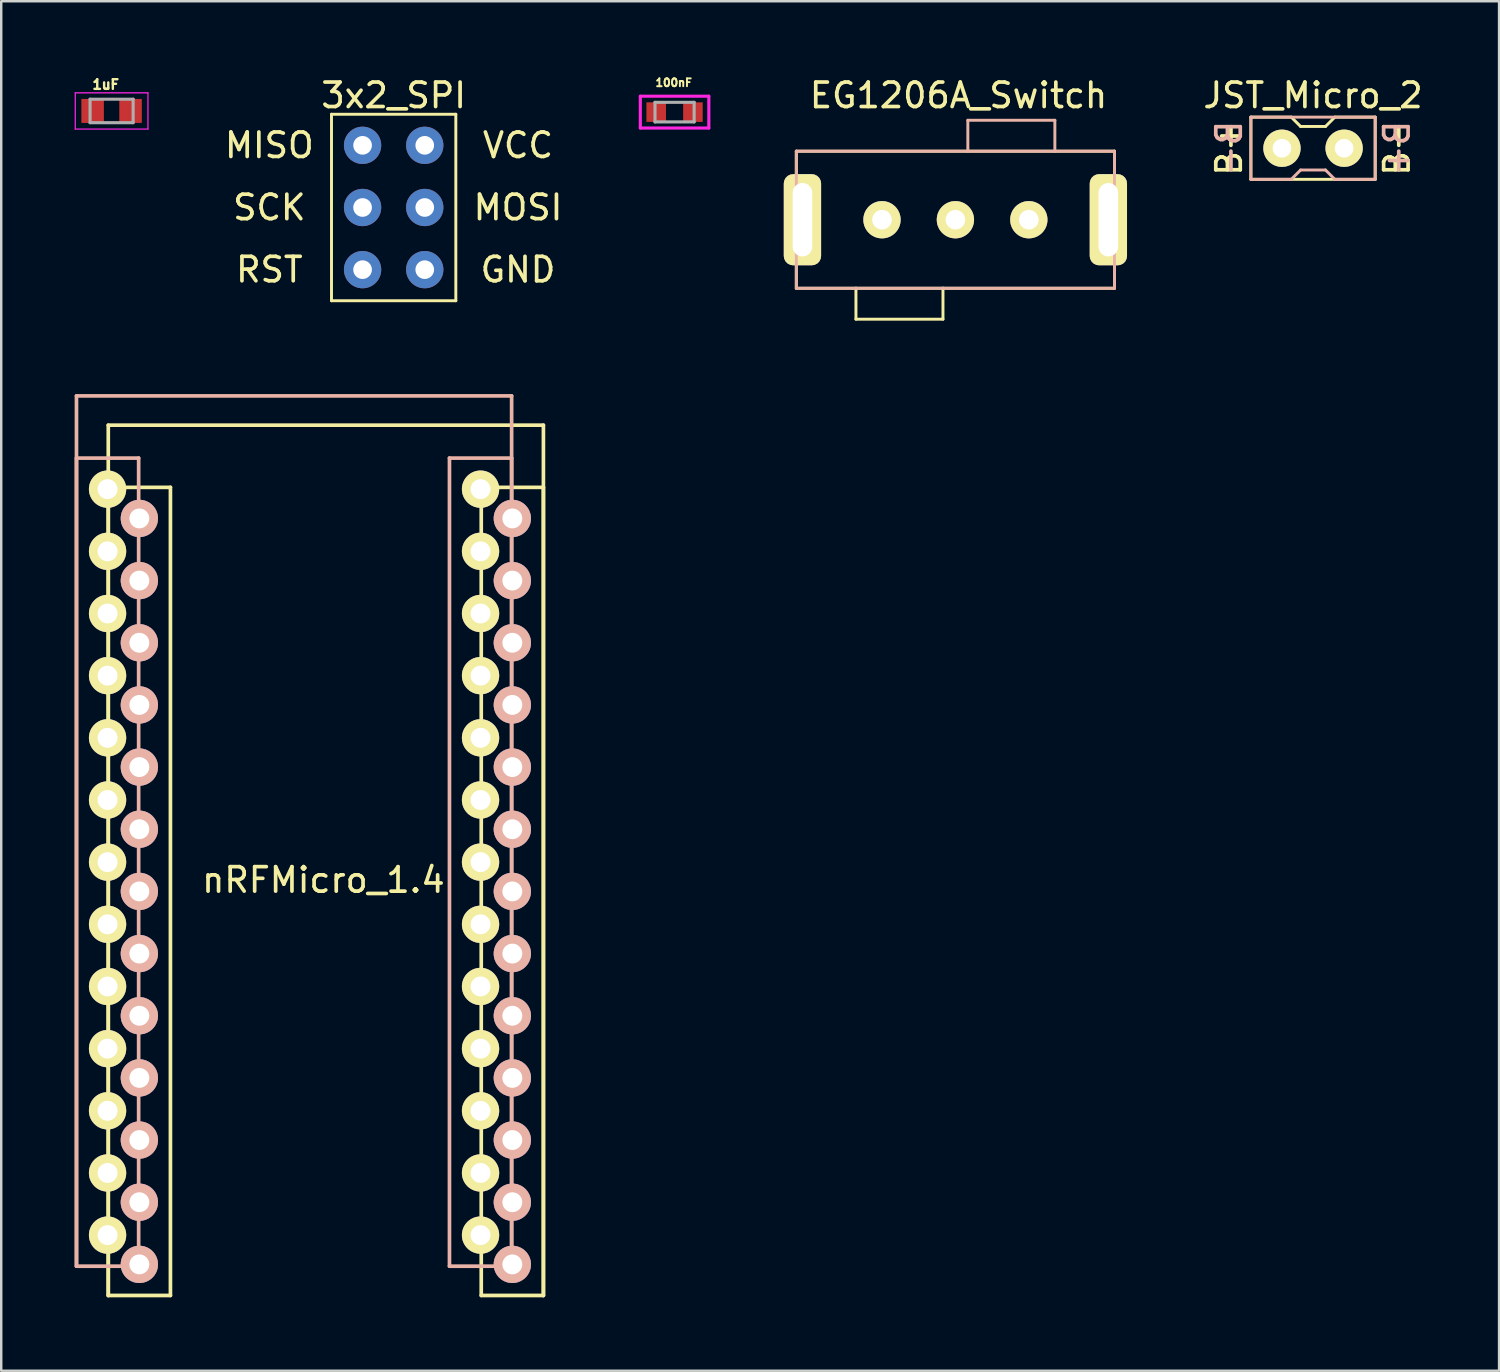
<source format=kicad_pcb>
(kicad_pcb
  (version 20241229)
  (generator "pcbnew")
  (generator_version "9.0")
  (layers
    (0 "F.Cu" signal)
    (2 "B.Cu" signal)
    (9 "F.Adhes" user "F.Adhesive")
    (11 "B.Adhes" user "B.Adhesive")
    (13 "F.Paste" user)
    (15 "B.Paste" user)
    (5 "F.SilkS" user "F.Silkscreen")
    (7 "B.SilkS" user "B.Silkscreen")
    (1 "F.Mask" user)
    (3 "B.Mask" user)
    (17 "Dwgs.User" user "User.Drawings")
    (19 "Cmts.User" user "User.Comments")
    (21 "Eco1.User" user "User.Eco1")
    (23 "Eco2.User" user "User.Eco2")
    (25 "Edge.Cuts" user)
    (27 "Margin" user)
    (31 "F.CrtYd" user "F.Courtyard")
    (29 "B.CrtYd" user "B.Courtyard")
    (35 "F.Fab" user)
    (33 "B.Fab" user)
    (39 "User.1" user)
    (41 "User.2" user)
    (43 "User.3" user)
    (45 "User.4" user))
  (footprint "nRFMicro_1.4"
    (layer "F.Cu")
    (at 10.165 31.707)
    (property "Reference" "nRFMicro_1.4" (at 0 1.2 0) (layer "F.SilkS") (effects (font (size 1 1) (thickness 0.15))))
    (attr through_hole)
    (fp_line (start -8.791 -17.384) (end -8.791 18.176) (stroke (width 0.15) (type solid)) (layer "F.SilkS"))
    (fp_line (start -8.791 -14.844) (end -8.791 18.176) (stroke (width 0.15) (type solid)) (layer "F.SilkS"))
    (fp_line (start -8.791 18.176) (end -6.251 18.176) (stroke (width 0.15) (type solid)) (layer "F.SilkS"))
    (fp_line (start -6.251 -14.844) (end -8.791 -14.844) (stroke (width 0.15) (type solid)) (layer "F.SilkS"))
    (fp_line (start -6.251 18.176) (end -6.251 -14.844) (stroke (width 0.15) (type solid)) (layer "F.SilkS"))
    (fp_line (start 6.449 -14.844) (end 6.449 18.176) (stroke (width 0.15) (type solid)) (layer "F.SilkS"))
    (fp_line (start 6.449 18.176) (end 8.989 18.176) (stroke (width 0.15) (type solid)) (layer "F.SilkS"))
    (fp_line (start 8.989 -17.384) (end -8.791 -17.384) (stroke (width 0.15) (type solid)) (layer "F.SilkS"))
    (fp_line (start 8.989 -14.844) (end 6.449 -14.844) (stroke (width 0.15) (type solid)) (layer "F.SilkS"))
    (fp_line (start 8.989 18.176) (end 8.989 -17.384) (stroke (width 0.15) (type solid)) (layer "F.SilkS"))
    (fp_line (start 8.989 18.176) (end 8.989 -14.844) (stroke (width 0.15) (type solid)) (layer "F.SilkS"))
    (fp_line (start -10.09 -18.58) (end 7.69 -18.58) (stroke (width 0.15) (type solid)) (layer "B.SilkS"))
    (fp_line (start -10.09 -16.04) (end -7.55 -16.04) (stroke (width 0.15) (type solid)) (layer "B.SilkS"))
    (fp_line (start -10.09 16.98) (end -10.09 -18.58) (stroke (width 0.15) (type solid)) (layer "B.SilkS"))
    (fp_line (start -10.09 16.98) (end -10.09 -16.04) (stroke (width 0.15) (type solid)) (layer "B.SilkS"))
    (fp_line (start -7.55 -16.04) (end -7.55 16.98) (stroke (width 0.15) (type solid)) (layer "B.SilkS"))
    (fp_line (start -7.55 16.98) (end -10.09 16.98) (stroke (width 0.15) (type solid)) (layer "B.SilkS"))
    (fp_line (start 5.15 -16.04) (end 7.69 -16.04) (stroke (width 0.15) (type solid)) (layer "B.SilkS"))
    (fp_line (start 5.15 16.98) (end 5.15 -16.04) (stroke (width 0.15) (type solid)) (layer "B.SilkS"))
    (fp_line (start 7.69 -18.58) (end 7.69 16.98) (stroke (width 0.15) (type solid)) (layer "B.SilkS"))
    (fp_line (start 7.69 -16.04) (end 7.69 16.98) (stroke (width 0.15) (type solid)) (layer "B.SilkS"))
    (fp_line (start 7.69 16.98) (end 5.15 16.98) (stroke (width 0.15) (type solid)) (layer "B.SilkS"))
    (pad "1" thru_hole circle (at -8.82 -14.77) (size 1.524 1.524) (drill 0.813) (layers "*.Cu" "*.Mask" "F.SilkS"))
    (pad "1" thru_hole circle (at 7.719 -13.574 180) (size 1.524 1.524) (drill 0.813) (layers "*.Cu" "*.Mask" "B.SilkS"))
    (pad "2" thru_hole circle (at -8.82 -12.23) (size 1.524 1.524) (drill 0.813) (layers "*.Cu" "*.Mask" "F.SilkS"))
    (pad "2" thru_hole circle (at 7.719 -11.034 180) (size 1.524 1.524) (drill 0.813) (layers "*.Cu" "*.Mask" "B.SilkS"))
    (pad "3" thru_hole circle (at -8.82 -9.69) (size 1.524 1.524) (drill 0.813) (layers "*.Cu" "*.Mask" "F.SilkS"))
    (pad "3" thru_hole circle (at 7.719 -8.494 180) (size 1.524 1.524) (drill 0.813) (layers "*.Cu" "*.Mask" "B.SilkS"))
    (pad "4" thru_hole circle (at -8.82 -7.15) (size 1.524 1.524) (drill 0.813) (layers "*.Cu" "*.Mask" "F.SilkS"))
    (pad "4" thru_hole circle (at 7.719 -5.954 180) (size 1.524 1.524) (drill 0.813) (layers "*.Cu" "*.Mask" "B.SilkS"))
    (pad "5" thru_hole circle (at -8.82 -4.61) (size 1.524 1.524) (drill 0.813) (layers "*.Cu" "*.Mask" "F.SilkS"))
    (pad "5" thru_hole circle (at 7.719 -3.414 180) (size 1.524 1.524) (drill 0.813) (layers "*.Cu" "*.Mask" "B.SilkS"))
    (pad "6" thru_hole circle (at -8.82 -2.07) (size 1.524 1.524) (drill 0.813) (layers "*.Cu" "*.Mask" "F.SilkS"))
    (pad "6" thru_hole circle (at 7.719 -0.874 180) (size 1.524 1.524) (drill 0.813) (layers "*.Cu" "*.Mask" "B.SilkS"))
    (pad "7" thru_hole circle (at -8.82 0.47) (size 1.524 1.524) (drill 0.813) (layers "*.Cu" "*.Mask" "F.SilkS"))
    (pad "7" thru_hole circle (at 7.719 1.666 180) (size 1.524 1.524) (drill 0.813) (layers "*.Cu" "*.Mask" "B.SilkS"))
    (pad "8" thru_hole circle (at -8.82 3.01) (size 1.524 1.524) (drill 0.813) (layers "*.Cu" "*.Mask" "F.SilkS"))
    (pad "8" thru_hole circle (at 7.719 4.206 180) (size 1.524 1.524) (drill 0.813) (layers "*.Cu" "*.Mask" "B.SilkS"))
    (pad "9" thru_hole circle (at -8.82 5.55) (size 1.524 1.524) (drill 0.813) (layers "*.Cu" "*.Mask" "F.SilkS"))
    (pad "9" thru_hole circle (at 7.719 6.746 180) (size 1.524 1.524) (drill 0.813) (layers "*.Cu" "*.Mask" "B.SilkS"))
    (pad "10" thru_hole circle (at -8.82 8.09) (size 1.524 1.524) (drill 0.813) (layers "*.Cu" "*.Mask" "F.SilkS"))
    (pad "10" thru_hole circle (at 7.719 9.286 180) (size 1.524 1.524) (drill 0.813) (layers "*.Cu" "*.Mask" "B.SilkS"))
    (pad "11" thru_hole circle (at -8.82 10.63) (size 1.524 1.524) (drill 0.813) (layers "*.Cu" "*.Mask" "F.SilkS"))
    (pad "11" thru_hole circle (at 7.719 11.826 180) (size 1.524 1.524) (drill 0.813) (layers "*.Cu" "*.Mask" "B.SilkS"))
    (pad "12" thru_hole circle (at -8.82 13.17) (size 1.524 1.524) (drill 0.813) (layers "*.Cu" "*.Mask" "F.SilkS"))
    (pad "12" thru_hole circle (at 7.719 14.366 180) (size 1.524 1.524) (drill 0.813) (layers "*.Cu" "*.Mask" "B.SilkS"))
    (pad "13" thru_hole circle (at -8.82 15.71) (size 1.524 1.524) (drill 0.813) (layers "*.Cu" "*.Mask" "F.SilkS"))
    (pad "13" thru_hole circle (at 7.719 16.906 180) (size 1.524 1.524) (drill 0.813) (layers "*.Cu" "*.Mask" "B.SilkS"))
    (pad "14" thru_hole circle (at -7.521 16.906 180) (size 1.524 1.524) (drill 0.813) (layers "*.Cu" "*.Mask" "B.SilkS"))
    (pad "14" thru_hole circle (at 6.42 15.71) (size 1.524 1.524) (drill 0.813) (layers "*.Cu" "*.Mask" "F.SilkS"))
    (pad "15" thru_hole circle (at -7.521 14.366 180) (size 1.524 1.524) (drill 0.813) (layers "*.Cu" "*.Mask" "B.SilkS"))
    (pad "15" thru_hole circle (at 6.42 13.17) (size 1.524 1.524) (drill 0.813) (layers "*.Cu" "*.Mask" "F.SilkS"))
    (pad "16" thru_hole circle (at -7.521 11.826 180) (size 1.524 1.524) (drill 0.813) (layers "*.Cu" "*.Mask" "B.SilkS"))
    (pad "16" thru_hole circle (at 6.42 10.63) (size 1.524 1.524) (drill 0.813) (layers "*.Cu" "*.Mask" "F.SilkS"))
    (pad "17" thru_hole circle (at -7.521 9.286 180) (size 1.524 1.524) (drill 0.813) (layers "*.Cu" "*.Mask" "B.SilkS"))
    (pad "17" thru_hole circle (at 6.42 8.09) (size 1.524 1.524) (drill 0.813) (layers "*.Cu" "*.Mask" "F.SilkS"))
    (pad "18" thru_hole circle (at -7.521 6.746 180) (size 1.524 1.524) (drill 0.813) (layers "*.Cu" "*.Mask" "B.SilkS"))
    (pad "18" thru_hole circle (at 6.42 5.55) (size 1.524 1.524) (drill 0.813) (layers "*.Cu" "*.Mask" "F.SilkS"))
    (pad "19" thru_hole circle (at -7.521 4.206 180) (size 1.524 1.524) (drill 0.813) (layers "*.Cu" "*.Mask" "B.SilkS"))
    (pad "19" thru_hole circle (at 6.42 3.01) (size 1.524 1.524) (drill 0.813) (layers "*.Cu" "*.Mask" "F.SilkS"))
    (pad "20" thru_hole circle (at -7.521 1.666 180) (size 1.524 1.524) (drill 0.813) (layers "*.Cu" "*.Mask" "B.SilkS"))
    (pad "20" thru_hole circle (at 6.42 0.47) (size 1.524 1.524) (drill 0.813) (layers "*.Cu" "*.Mask" "F.SilkS"))
    (pad "21" thru_hole circle (at -7.521 -0.874 180) (size 1.524 1.524) (drill 0.813) (layers "*.Cu" "*.Mask" "B.SilkS"))
    (pad "21" thru_hole circle (at 6.42 -2.07) (size 1.524 1.524) (drill 0.813) (layers "*.Cu" "*.Mask" "F.SilkS"))
    (pad "22" thru_hole circle (at -7.521 -3.414 180) (size 1.524 1.524) (drill 0.813) (layers "*.Cu" "*.Mask" "B.SilkS"))
    (pad "22" thru_hole circle (at 6.42 -4.61) (size 1.524 1.524) (drill 0.813) (layers "*.Cu" "*.Mask" "F.SilkS"))
    (pad "23" thru_hole circle (at -7.521 -5.954 180) (size 1.524 1.524) (drill 0.813) (layers "*.Cu" "*.Mask" "B.SilkS"))
    (pad "23" thru_hole circle (at 6.42 -7.15) (size 1.524 1.524) (drill 0.813) (layers "*.Cu" "*.Mask" "F.SilkS"))
    (pad "24" thru_hole circle (at -7.521 -8.494 180) (size 1.524 1.524) (drill 0.813) (layers "*.Cu" "*.Mask" "B.SilkS"))
    (pad "24" thru_hole circle (at 6.42 -9.69) (size 1.524 1.524) (drill 0.813) (layers "*.Cu" "*.Mask" "F.SilkS"))
    (pad "25" thru_hole circle (at -7.521 -11.034 180) (size 1.524 1.524) (drill 0.813) (layers "*.Cu" "*.Mask" "B.SilkS"))
    (pad "25" thru_hole circle (at 6.42 -12.23) (size 1.524 1.524) (drill 0.813) (layers "*.Cu" "*.Mask" "F.SilkS"))
    (pad "26" thru_hole circle (at -7.521 -13.574 180) (size 1.524 1.524) (drill 0.813) (layers "*.Cu" "*.Mask" "B.SilkS"))
    (pad "26" thru_hole circle (at 6.42 -14.77) (size 1.524 1.524) (drill 0.813) (layers "*.Cu" "*.Mask" "F.SilkS")))
  (footprint "100nF"
    (layer "F.Cu")
    (at 24.513 1.531)
    (property "Reference" "100nF" (at -0.034 -1.203 0) (layer "F.SilkS") (effects (font (size 0.32 0.32) (thickness 0.15))))
    (attr through_hole)
    (fp_line (start -1.4 -0.65) (end 1.4 -0.65) (stroke (width 0.127) (type solid)) (layer "F.CrtYd"))
    (fp_line (start -1.4 0.65) (end -1.4 -0.65) (stroke (width 0.127) (type solid)) (layer "F.CrtYd"))
    (fp_line (start -1.4 0.65) (end 1.4 0.65) (stroke (width 0.127) (type solid)) (layer "F.CrtYd"))
    (fp_line (start 1.4 -0.65) (end 1.4 0.65) (stroke (width 0.127) (type solid)) (layer "F.CrtYd"))
    (fp_line (start -0.8 -0.4) (end -0.8 0.4) (stroke (width 0.127) (type solid)) (layer "F.Fab"))
    (fp_line (start -0.8 -0.4) (end 0.8 -0.4) (stroke (width 0.127) (type solid)) (layer "F.Fab"))
    (fp_line (start -0.8 0.4) (end 0.8 0.4) (stroke (width 0.127) (type solid)) (layer "F.Fab"))
    (fp_line (start 0.8 0.4) (end 0.8 -0.4) (stroke (width 0.127) (type solid)) (layer "F.Fab"))
    (pad "1" smd rect (at -0.75 0) (size 0.8 0.8) (layers "F.Cu" "F.Mask" "F.Paste"))
    (pad "2" smd rect (at 0.75 0) (size 0.8 0.8) (layers "F.Cu" "F.Mask" "F.Paste")))
  (footprint "3x2_SPI"
    (layer "F.Cu")
    (at 13.035 0.348)
    (property "Reference" "3x2_SPI" (at 0 0.5 0) (layer "F.SilkS") (effects (font (size 1 1) (thickness 0.15))))
    (attr through_hole)
    (fp_line (start -2.54 1.27) (end 2.54 1.27) (stroke (width 0.12) (type solid)) (layer "F.SilkS"))
    (fp_line (start -2.54 8.89) (end -2.54 1.27) (stroke (width 0.12) (type solid)) (layer "F.SilkS"))
    (fp_line (start 2.54 1.27) (end 2.54 8.89) (stroke (width 0.12) (type solid)) (layer "F.SilkS"))
    (fp_line (start 2.54 8.89) (end -2.54 8.89) (stroke (width 0.12) (type solid)) (layer "F.SilkS"))
    (fp_text user "RST" (at -5.08 7.62 0) (layer "F.SilkS") (effects (font (size 1 1) (thickness 0.15))))
    (fp_text user "MISO" (at -5.08 2.54 0) (layer "F.SilkS") (effects (font (size 1 1) (thickness 0.15))))
    (fp_text user "MOSI" (at 5.08 5.08 0) (layer "F.SilkS") (effects (font (size 1 1) (thickness 0.15))))
    (fp_text user "GND" (at 5.08 7.62 0) (layer "F.SilkS") (effects (font (size 1 1) (thickness 0.15))))
    (fp_text user "VCC" (at 5.08 2.54 0) (layer "F.SilkS") (effects (font (size 1 1) (thickness 0.15))))
    (fp_text user "SCK" (at -5.08 5.08 0) (layer "F.SilkS") (effects (font (size 1 1) (thickness 0.15))))
    (pad "1" thru_hole circle (at -1.27 2.54) (size 1.524 1.524) (drill 0.762) (layers "*.Cu" "*.Mask"))
    (pad "2" thru_hole circle (at -1.27 5.08) (size 1.524 1.524) (drill 0.762) (layers "*.Cu" "*.Mask"))
    (pad "3" thru_hole circle (at -1.27 7.62) (size 1.524 1.524) (drill 0.762) (layers "*.Cu" "*.Mask"))
    (pad "4" thru_hole circle (at 1.27 7.62) (size 1.524 1.524) (drill 0.762) (layers "*.Cu" "*.Mask"))
    (pad "5" thru_hole circle (at 1.27 5.08) (size 1.524 1.524) (drill 0.762) (layers "*.Cu" "*.Mask"))
    (pad "6" thru_hole circle (at 1.27 2.54) (size 1.524 1.524) (drill 0.762) (layers "*.Cu" "*.Mask")))
  (footprint "EG1206A_Switch"
    (layer "F.Cu")
    (at 35.988 1.356)
    (property "Reference" "EG1206A_Switch" (at 0.127 -0.508 0) (layer "F.SilkS") (effects (font (size 1 1) (thickness 0.15))))
    (attr through_hole)
    (fp_line (start -6.5 1.772) (end 6.5 1.772) (stroke (width 0.12) (type solid)) (layer "F.SilkS"))
    (fp_line (start -6.5 7.372) (end -6.5 1.772) (stroke (width 0.12) (type solid)) (layer "F.SilkS"))
    (fp_line (start -4.064 7.366) (end -4.064 8.636) (stroke (width 0.12) (type solid)) (layer "F.SilkS"))
    (fp_line (start -4.064 8.636) (end -0.508 8.636) (stroke (width 0.12) (type solid)) (layer "F.SilkS"))
    (fp_line (start -0.508 8.636) (end -0.508 7.366) (stroke (width 0.12) (type solid)) (layer "F.SilkS"))
    (fp_line (start 6.5 1.772) (end 6.5 7.372) (stroke (width 0.12) (type solid)) (layer "F.SilkS"))
    (fp_line (start 6.5 7.372) (end -6.5 7.372) (stroke (width 0.12) (type solid)) (layer "F.SilkS"))
    (fp_line (start -6.5 1.772) (end -6.5 7.372) (stroke (width 0.12) (type solid)) (layer "B.SilkS"))
    (fp_line (start -6.5 7.372) (end 6.5 7.372) (stroke (width 0.12) (type solid)) (layer "B.SilkS"))
    (fp_line (start 0.508 0.508) (end 4.064 0.508) (stroke (width 0.12) (type solid)) (layer "B.SilkS"))
    (fp_line (start 0.508 1.778) (end 0.508 0.508) (stroke (width 0.12) (type solid)) (layer "B.SilkS"))
    (fp_line (start 4.064 0.508) (end 4.064 1.778) (stroke (width 0.12) (type solid)) (layer "B.SilkS"))
    (fp_line (start 6.5 1.772) (end -6.5 1.772) (stroke (width 0.12) (type solid)) (layer "B.SilkS"))
    (fp_line (start 6.5 7.372) (end 6.5 1.772) (stroke (width 0.12) (type solid)) (layer "B.SilkS"))
    (pad "1" thru_hole circle (at -3 4.572) (size 1.524 1.524) (drill 0.8) (layers "*.Cu" "*.Mask" "F.SilkS"))
    (pad "2" thru_hole circle (at 0 4.572) (size 1.524 1.524) (drill 0.8) (layers "*.Cu" "*.Mask" "F.SilkS"))
    (pad "3" thru_hole circle (at 3 4.572) (size 1.524 1.524) (drill 0.8) (layers "*.Cu" "*.Mask" "F.SilkS"))
    (pad "4" thru_hole roundrect (at -6.25 4.572) (size 1.524 3.724) (drill oval 0.8 3) (layers "*.Cu" "*.Mask" "F.SilkS") (roundrect_rratio 0.25))
    (pad "4" thru_hole roundrect (at 6.25 4.572) (size 1.524 3.724) (drill oval 0.8 3) (layers "*.Cu" "*.Mask" "F.SilkS") (roundrect_rratio 0.25)))
  (footprint "JST_Micro_2"
    (layer "F.Cu")
    (at 50.601 1.737)
    (property "Reference" "JST_Micro_2" (at 0 -0.889 0) (layer "F.SilkS") (effects (font (size 1 1) (thickness 0.15))))
    (attr through_hole)
    (fp_line (start -2.54 0) (end -2.54 2.54) (stroke (width 0.12) (type solid)) (layer "F.SilkS"))
    (fp_line (start -2.54 2.54) (end 2.54 2.54) (stroke (width 0.12) (type solid)) (layer "F.SilkS"))
    (fp_line (start -0.889 0) (end -2.54 0) (stroke (width 0.12) (type solid)) (layer "F.SilkS"))
    (fp_line (start -0.508 0.381) (end -0.889 0) (stroke (width 0.12) (type solid)) (layer "F.SilkS"))
    (fp_line (start 0.508 0.381) (end -0.508 0.381) (stroke (width 0.12) (type solid)) (layer "F.SilkS"))
    (fp_line (start 0.889 0) (end 0.508 0.381) (stroke (width 0.12) (type solid)) (layer "F.SilkS"))
    (fp_line (start 2.54 0) (end 0.889 0) (stroke (width 0.12) (type solid)) (layer "F.SilkS"))
    (fp_line (start 2.54 2.54) (end 2.54 0) (stroke (width 0.12) (type solid)) (layer "F.SilkS"))
    (fp_line (start -2.54 0) (end 2.54 0) (stroke (width 0.12) (type solid)) (layer "B.SilkS"))
    (fp_line (start -2.54 2.54) (end -2.54 0) (stroke (width 0.12) (type solid)) (layer "B.SilkS"))
    (fp_line (start -0.889 2.54) (end -2.54 2.54) (stroke (width 0.12) (type solid)) (layer "B.SilkS"))
    (fp_line (start -0.508 2.159) (end -0.889 2.54) (stroke (width 0.12) (type solid)) (layer "B.SilkS"))
    (fp_line (start 0.508 2.159) (end -0.508 2.159) (stroke (width 0.12) (type solid)) (layer "B.SilkS"))
    (fp_line (start 0.889 2.54) (end 0.508 2.159) (stroke (width 0.12) (type solid)) (layer "B.SilkS"))
    (fp_line (start 2.54 0) (end 2.54 2.54) (stroke (width 0.12) (type solid)) (layer "B.SilkS"))
    (fp_line (start 2.54 2.54) (end 0.889 2.54) (stroke (width 0.12) (type solid)) (layer "B.SilkS"))
    (fp_text user "B+" (at -3.429 1.27 270) (layer "F.SilkS") (effects (font (size 1 1) (thickness 0.15))))
    (fp_text user "B-" (at 3.429 1.27 270) (layer "F.SilkS") (effects (font (size 1 1) (thickness 0.15))))
    (fp_text user "B-" (at -3.429 1.27 90) (layer "B.SilkS") (effects (font (size 1 1) (thickness 0.15)) (justify mirror)))
    (fp_text user "B+" (at 3.429 1.27 90) (layer "B.SilkS") (effects (font (size 1 1) (thickness 0.15)) (justify mirror)))
    (pad "1" thru_hole circle (at -1.27 1.27) (size 1.524 1.524) (drill 0.762) (layers "*.Cu" "*.Mask" "F.SilkS"))
    (pad "2" thru_hole circle (at 1.27 1.27) (size 1.524 1.524) (drill 0.762) (layers "*.Cu" "*.Mask" "F.SilkS")))
  (footprint "1uF"
    (layer "F.Cu")
    (at 1.51 1.483)
    (property "Reference" "1uF" (at -0.24 -1.08 0) (layer "F.SilkS") (effects (font (size 0.394 0.394) (thickness 0.15))))
    (attr through_hole)
    (fp_line (start -1.485 -0.74) (end 1.485 -0.74) (stroke (width 0.05) (type solid)) (layer "F.CrtYd"))
    (fp_line (start -1.485 0.74) (end -1.485 -0.74) (stroke (width 0.05) (type solid)) (layer "F.CrtYd"))
    (fp_line (start -1.485 0.74) (end 1.485 0.74) (stroke (width 0.05) (type solid)) (layer "F.CrtYd"))
    (fp_line (start 1.485 0.74) (end 1.485 -0.74) (stroke (width 0.05) (type solid)) (layer "F.CrtYd"))
    (fp_line (start -0.88 0.48) (end -0.88 -0.48) (stroke (width 0.127) (type solid)) (layer "F.Fab"))
    (fp_line (start 0.88 -0.48) (end -0.88 -0.48) (stroke (width 0.127) (type solid)) (layer "F.Fab"))
    (fp_line (start 0.88 0.48) (end -0.88 0.48) (stroke (width 0.127) (type solid)) (layer "F.Fab"))
    (fp_line (start 0.88 0.48) (end 0.88 -0.48) (stroke (width 0.127) (type solid)) (layer "F.Fab"))
    (pad "1" smd rect (at -0.775 0) (size 0.92 0.98) (layers "F.Cu" "F.Mask" "F.Paste"))
    (pad "2" smd rect (at 0.775 0) (size 0.92 0.98) (layers "F.Cu" "F.Mask" "F.Paste")))
  (gr_rect
    (start -3 -3)
    (end 58.202 52.958)
    (stroke (width 0.1) (type default))
    (fill no)
    (layer "Edge.Cuts")))
</source>
